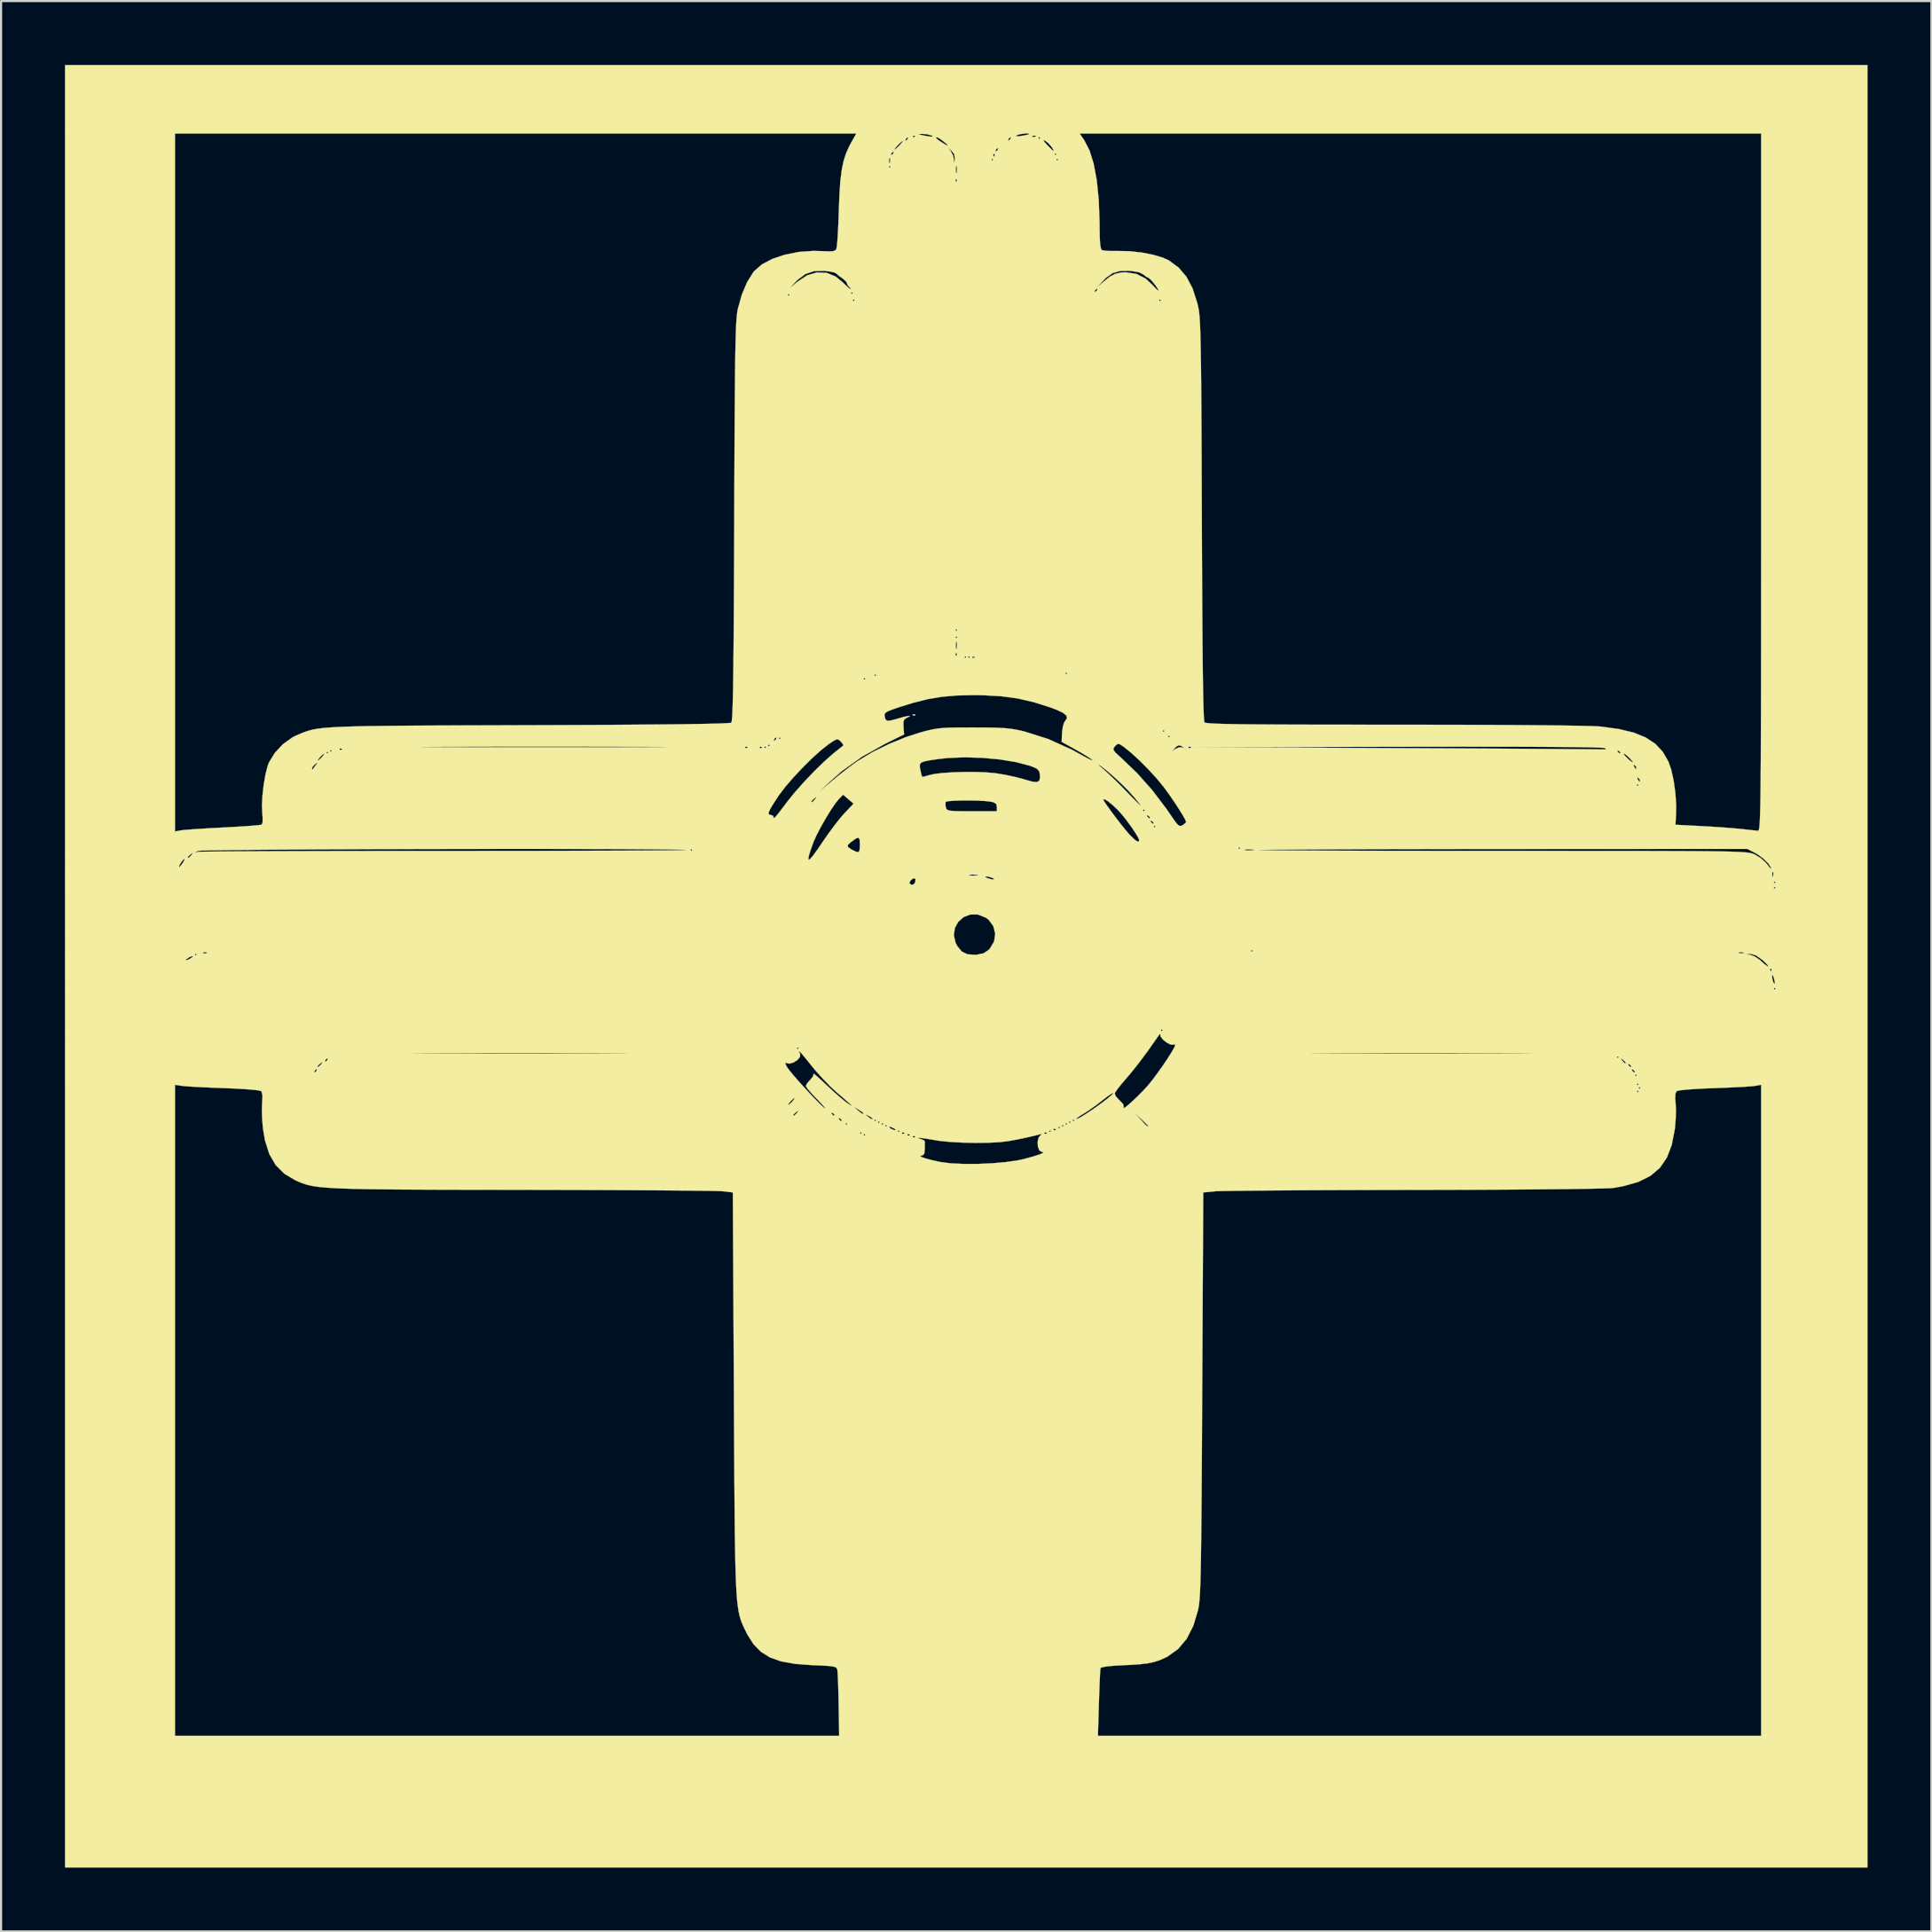
<source format=kicad_pcb>
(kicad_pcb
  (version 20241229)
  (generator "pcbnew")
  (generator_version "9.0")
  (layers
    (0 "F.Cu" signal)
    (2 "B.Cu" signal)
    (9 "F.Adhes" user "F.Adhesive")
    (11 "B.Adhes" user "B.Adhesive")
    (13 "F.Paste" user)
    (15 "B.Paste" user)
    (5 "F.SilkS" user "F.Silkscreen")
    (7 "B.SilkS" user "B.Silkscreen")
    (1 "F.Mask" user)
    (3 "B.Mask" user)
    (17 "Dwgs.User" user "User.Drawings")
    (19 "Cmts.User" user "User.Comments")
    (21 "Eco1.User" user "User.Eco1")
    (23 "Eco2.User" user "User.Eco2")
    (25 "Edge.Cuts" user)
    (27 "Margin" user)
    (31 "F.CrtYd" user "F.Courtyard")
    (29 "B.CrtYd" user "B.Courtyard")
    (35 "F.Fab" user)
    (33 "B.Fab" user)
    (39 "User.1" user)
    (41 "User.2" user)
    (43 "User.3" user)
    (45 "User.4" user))
  (footprint "dczia_png_export"
    (layer "F.Cu")
    (at 42.338 42.338)
    (property "Reference" "dczia_png_export" (at 0 0 0) (layer "F.SilkS") (effects (font (size 1.524 1.524) (thickness 0.3))))
    (attr through_hole)
    (fp_poly (pts (xy -2.399 -11.825) (xy -2.411 -11.775) (xy -2.455 -11.769) (xy -2.525 -11.8) (xy -2.512 -11.825) (xy -2.411 -11.835) (xy -2.399 -11.825)) (stroke (width 0.01) (type solid)) (fill yes) (layer "F.SilkS"))
    (fp_poly (pts (xy 42.333 42.333) (xy -42.333 42.333) (xy -42.333 36.153) (xy -37.169 36.153) (xy -21.569 36.153) (xy -5.969 36.153) (xy -5.969 36.153) (xy 6.186 36.153) (xy 37.338 36.153) (xy 37.338 5.569) (xy 37.063 5.62) (xy 36.893 5.639) (xy 36.586 5.661) (xy 36.173 5.683) (xy 35.686 5.705) (xy 35.156 5.725) (xy 35.137 5.725) (xy 34.619 5.746) (xy 34.157 5.773) (xy 33.778 5.802) (xy 33.51 5.833) (xy 33.381 5.863) (xy 33.377 5.865) (xy 33.315 5.984) (xy 33.304 6.219) (xy 33.323 6.435) (xy 33.338 6.753) (xy 33.327 7.16) (xy 33.293 7.581) (xy 33.282 7.671) (xy 33.141 8.396) (xy 32.912 8.993) (xy 32.582 9.473) (xy 32.14 9.848) (xy 31.572 10.131) (xy 30.866 10.332) (xy 30.395 10.415) (xy 30.229 10.427) (xy 29.905 10.438) (xy 29.432 10.449) (xy 28.821 10.46) (xy 28.084 10.469) (xy 27.229 10.478) (xy 26.269 10.486) (xy 25.214 10.493) (xy 24.073 10.499) (xy 22.858 10.503) (xy 21.58 10.506) (xy 21.04 10.507) (xy 19.821 10.509) (xy 18.641 10.512) (xy 17.513 10.516) (xy 16.449 10.52) (xy 15.46 10.526) (xy 14.559 10.532) (xy 13.758 10.538) (xy 13.068 10.545) (xy 12.503 10.552) (xy 12.073 10.559) (xy 11.792 10.566) (xy 11.684 10.572) (xy 11.134 10.626) (xy 11.084 20.108) (xy 11.076 21.598) (xy 11.069 22.928) (xy 11.061 24.108) (xy 11.054 25.147) (xy 11.046 26.056) (xy 11.038 26.845) (xy 11.029 27.522) (xy 11.02 28.098) (xy 11.01 28.582) (xy 10.998 28.984) (xy 10.985 29.314) (xy 10.971 29.582) (xy 10.955 29.796) (xy 10.937 29.968) (xy 10.917 30.106) (xy 10.895 30.22) (xy 10.894 30.224) (xy 10.669 30.979) (xy 10.355 31.595) (xy 9.946 32.079) (xy 9.437 32.439) (xy 9.095 32.595) (xy 8.823 32.683) (xy 8.524 32.746) (xy 8.153 32.79) (xy 7.67 32.821) (xy 7.464 32.83) (xy 6.963 32.857) (xy 6.594 32.892) (xy 6.372 32.933) (xy 6.307 32.969) (xy 6.296 33.08) (xy 6.281 33.332) (xy 6.265 33.695) (xy 6.248 34.142) (xy 6.233 34.608) (xy 6.186 36.153) (xy -5.969 36.153) (xy -5.993 34.692) (xy -6.003 34.2) (xy -6.016 33.757) (xy -6.03 33.395) (xy -6.045 33.147) (xy -6.055 33.053) (xy -6.08 32.981) (xy -6.138 32.93) (xy -6.255 32.895) (xy -6.458 32.87) (xy -6.776 32.85) (xy -7.234 32.831) (xy -7.259 32.83) (xy -8.047 32.771) (xy -8.693 32.654) (xy -9.218 32.469) (xy -9.644 32.205) (xy -9.99 31.851) (xy -10.278 31.398) (xy -10.326 31.302) (xy -10.406 31.14) (xy -10.478 30.989) (xy -10.542 30.842) (xy -10.598 30.687) (xy -10.648 30.514) (xy -10.691 30.315) (xy -10.728 30.079) (xy -10.761 29.796) (xy -10.788 29.457) (xy -10.811 29.051) (xy -10.83 28.568) (xy -10.846 28) (xy -10.859 27.336) (xy -10.871 26.566) (xy -10.88 25.68) (xy -10.888 24.669) (xy -10.896 23.523) (xy -10.903 22.231) (xy -10.911 20.785) (xy -10.914 20.066) (xy -10.964 10.626) (xy -11.43 10.571) (xy -11.577 10.563) (xy -11.882 10.555) (xy -12.333 10.548) (xy -12.918 10.541) (xy -13.624 10.534) (xy -14.441 10.528) (xy -15.357 10.522) (xy -16.358 10.517) (xy -17.435 10.512) (xy -18.575 10.509) (xy -19.766 10.506) (xy -20.828 10.504) (xy -22.318 10.502) (xy -23.65 10.5) (xy -24.831 10.497) (xy -25.874 10.492) (xy -26.787 10.487) (xy -27.582 10.479) (xy -28.267 10.469) (xy -28.853 10.456) (xy -29.35 10.439) (xy -29.767 10.419) (xy -30.116 10.395) (xy -30.406 10.367) (xy -30.647 10.333) (xy -30.849 10.294) (xy -31.022 10.249) (xy -31.176 10.199) (xy -31.321 10.141) (xy -31.467 10.076) (xy -31.515 10.055) (xy -32.033 9.746) (xy -32.438 9.34) (xy -32.738 8.823) (xy -32.941 8.181) (xy -32.963 8.056) (xy -2.259 8.056) (xy -2.256 8.075) (xy -2.133 8.115) (xy -1.985 8.18) (xy -1.942 8.234) (xy -1.946 8.355) (xy -1.947 8.566) (xy -1.947 8.594) (xy -1.97 8.805) (xy -2.052 8.889) (xy -2.095 8.895) (xy -2.164 8.917) (xy -2.091 8.965) (xy -1.901 9.031) (xy -1.618 9.107) (xy -1.267 9.185) (xy -1.228 9.193) (xy -0.748 9.256) (xy -0.153 9.286) (xy 0.51 9.287) (xy 1.191 9.258) (xy 1.841 9.202) (xy 2.41 9.121) (xy 2.709 9.056) (xy 3.142 8.938) (xy 3.443 8.842) (xy 3.605 8.772) (xy 3.616 8.732) (xy 3.544 8.723) (xy 3.433 8.649) (xy 3.367 8.471) (xy 3.353 8.253) (xy 3.398 8.056) (xy 3.46 7.971) (xy 3.548 7.889) (xy 3.491 7.888) (xy 3.429 7.904) (xy 3.125 7.981) (xy 2.721 8.071) (xy 2.286 8.159) (xy 1.947 8.22) (xy 1.535 8.267) (xy 1.006 8.292) (xy 0.409 8.298) (xy -0.204 8.284) (xy -0.782 8.251) (xy -1.276 8.2) (xy -1.439 8.174) (xy -1.839 8.107) (xy -2.116 8.067) (xy -2.259 8.056) (xy -32.963 8.056) (xy -32.974 7.987) (xy -2.512 7.987) (xy -2.5 8.037) (xy -2.455 8.043) (xy -2.386 8.012) (xy -2.399 7.987) (xy -2.499 7.977) (xy -2.512 7.987) (xy -32.974 7.987) (xy -32.986 7.916) (xy -4.826 7.916) (xy -4.784 7.959) (xy -4.741 7.916) (xy -4.755 7.902) (xy -2.766 7.902) (xy -2.754 7.953) (xy -2.709 7.959) (xy -2.64 7.928) (xy -2.653 7.902) (xy -2.753 7.892) (xy -2.766 7.902) (xy -4.755 7.902) (xy -4.784 7.874) (xy -4.826 7.916) (xy -32.986 7.916) (xy -33.001 7.832) (xy -4.995 7.832) (xy -4.953 7.874) (xy -4.911 7.832) (xy -4.925 7.818) (xy -3.02 7.818) (xy -3.008 7.868) (xy -2.963 7.874) (xy -2.894 7.843) (xy -2.907 7.818) (xy 3.669 7.818) (xy 3.681 7.868) (xy 3.725 7.874) (xy 3.795 7.843) (xy 3.782 7.818) (xy 3.681 7.807) (xy 3.669 7.818) (xy -2.907 7.818) (xy -3.007 7.807) (xy -3.02 7.818) (xy -4.925 7.818) (xy -4.953 7.789) (xy -4.995 7.832) (xy -33.001 7.832) (xy -33.015 7.747) (xy -3.217 7.747) (xy -3.175 7.789) (xy -3.133 7.747) (xy 3.895 7.747) (xy 3.937 7.789) (xy 3.979 7.747) (xy 3.937 7.705) (xy 3.895 7.747) (xy -3.133 7.747) (xy -3.175 7.705) (xy -3.217 7.747) (xy -33.015 7.747) (xy -33.031 7.651) (xy -33.038 7.573) (xy -3.613 7.573) (xy -3.556 7.62) (xy -3.402 7.692) (xy -3.344 7.702) (xy -3.329 7.667) (xy -3.352 7.648) (xy 4.092 7.648) (xy 4.104 7.699) (xy 4.149 7.705) (xy 4.218 7.674) (xy 4.205 7.648) (xy 4.105 7.638) (xy 4.092 7.648) (xy -3.352 7.648) (xy -3.387 7.62) (xy -3.478 7.578) (xy 4.318 7.578) (xy 4.36 7.62) (xy 4.403 7.578) (xy 4.36 7.535) (xy 4.318 7.578) (xy -3.478 7.578) (xy -3.541 7.548) (xy -3.598 7.538) (xy -3.613 7.573) (xy -33.038 7.573) (xy -33.046 7.493) (xy -3.81 7.493) (xy -3.768 7.535) (xy -3.725 7.493) (xy 4.487 7.493) (xy 4.53 7.535) (xy 4.572 7.493) (xy 4.53 7.451) (xy 4.487 7.493) (xy -3.725 7.493) (xy -3.768 7.451) (xy -3.81 7.493) (xy -33.046 7.493) (xy -33.054 7.408) (xy -5.673 7.408) (xy -5.63 7.451) (xy -5.588 7.408) (xy -3.979 7.408) (xy -3.937 7.451) (xy -3.895 7.408) (xy 4.657 7.408) (xy 4.699 7.451) (xy 4.741 7.408) (xy 4.699 7.366) (xy 4.657 7.408) (xy -3.895 7.408) (xy -3.937 7.366) (xy -3.979 7.408) (xy -5.588 7.408) (xy -5.63 7.366) (xy -5.673 7.408) (xy -33.054 7.408) (xy -33.061 7.324) (xy -4.149 7.324) (xy -4.106 7.366) (xy -4.064 7.324) (xy 4.826 7.324) (xy 4.868 7.366) (xy 4.911 7.324) (xy 4.868 7.281) (xy 4.826 7.324) (xy -4.064 7.324) (xy -4.106 7.281) (xy -4.149 7.324) (xy -33.061 7.324) (xy -33.069 7.239) (xy -33.073 7.136) (xy -5.998 7.136) (xy -5.977 7.184) (xy -5.892 7.274) (xy -5.843 7.256) (xy -5.842 7.244) (xy -5.846 7.239) (xy -4.318 7.239) (xy -4.276 7.281) (xy -4.233 7.239) (xy 4.995 7.239) (xy 5.038 7.281) (xy 5.08 7.239) (xy 5.038 7.197) (xy 4.995 7.239) (xy -4.233 7.239) (xy -4.276 7.197) (xy -4.318 7.239) (xy -5.846 7.239) (xy -5.902 7.172) (xy -5.94 7.146) (xy -5.998 7.136) (xy -33.073 7.136) (xy -33.079 6.995) (xy -8.128 6.995) (xy -8.087 7.021) (xy -7.974 6.912) (xy -7.95 6.882) (xy -6.336 6.882) (xy -6.316 6.93) (xy -6.231 7.02) (xy -6.181 7.002) (xy -6.181 6.99) (xy -6.201 6.966) (xy -4.723 6.966) (xy -4.709 6.992) (xy -4.619 7.065) (xy -4.468 7.176) (xy -4.409 7.186) (xy -4.405 7.171) (xy 5.165 7.171) (xy 5.228 7.164) (xy 5.402 7.073) (xy 5.66 6.913) (xy 5.679 6.9) (xy 7.916 6.9) (xy 8.208 7.218) (xy 8.403 7.425) (xy 8.51 7.521) (xy 8.549 7.524) (xy 8.551 7.51) (xy 8.495 7.443) (xy 8.35 7.3) (xy 8.234 7.192) (xy 7.916 6.9) (xy 5.679 6.9) (xy 5.977 6.7) (xy 6.326 6.451) (xy 6.375 6.415) (xy 6.631 6.219) (xy 6.818 6.06) (xy 6.897 5.978) (xy 6.975 5.978) (xy 7.024 6.103) (xy 7.166 6.267) (xy 7.21 6.306) (xy 7.376 6.485) (xy 7.399 6.618) (xy 7.396 6.624) (xy 7.385 6.675) (xy 7.47 6.627) (xy 7.627 6.5) (xy 7.832 6.317) (xy 8.063 6.097) (xy 8.273 5.884) (xy 31.496 5.884) (xy 31.538 5.927) (xy 31.581 5.884) (xy 31.538 5.842) (xy 31.496 5.884) (xy 8.273 5.884) (xy 8.295 5.862) (xy 8.431 5.715) (xy 31.581 5.715) (xy 31.623 5.757) (xy 31.665 5.715) (xy 31.623 5.673) (xy 31.581 5.715) (xy 8.431 5.715) (xy 8.506 5.634) (xy 8.541 5.593) (xy 8.58 5.546) (xy 31.496 5.546) (xy 31.538 5.588) (xy 31.581 5.546) (xy 31.538 5.503) (xy 31.496 5.546) (xy 8.58 5.546) (xy 8.753 5.332) (xy 8.909 5.122) (xy 31.411 5.122) (xy 31.454 5.165) (xy 31.496 5.122) (xy 31.454 5.08) (xy 31.411 5.122) (xy 8.909 5.122) (xy 8.991 5.013) (xy 9.106 4.85) (xy 31.256 4.85) (xy 31.276 4.898) (xy 31.361 4.988) (xy 31.411 4.97) (xy 31.411 4.958) (xy 31.351 4.886) (xy 31.314 4.86) (xy 31.256 4.85) (xy 9.106 4.85) (xy 9.234 4.671) (xy 9.284 4.596) (xy 31.086 4.596) (xy 31.107 4.644) (xy 31.192 4.734) (xy 31.241 4.716) (xy 31.242 4.704) (xy 31.182 4.632) (xy 31.144 4.606) (xy 31.086 4.596) (xy 9.284 4.596) (xy 9.46 4.335) (xy 9.47 4.319) (xy 30.74 4.319) (xy 30.761 4.362) (xy 30.808 4.424) (xy 30.931 4.555) (xy 30.987 4.555) (xy 30.988 4.54) (xy 30.93 4.469) (xy 30.84 4.392) (xy 30.74 4.319) (xy 9.47 4.319) (xy 9.497 4.276) (xy 30.565 4.276) (xy 30.607 4.318) (xy 30.649 4.276) (xy 30.607 4.233) (xy 30.565 4.276) (xy 9.497 4.276) (xy 9.611 4.096) (xy 16.181 4.096) (xy 16.32 4.099) (xy 16.605 4.101) (xy 17.03 4.103) (xy 17.591 4.105) (xy 18.282 4.106) (xy 19.1 4.107) (xy 20.039 4.108) (xy 21.095 4.108) (xy 21.378 4.108) (xy 22.464 4.108) (xy 23.435 4.107) (xy 24.286 4.106) (xy 25.013 4.105) (xy 25.611 4.103) (xy 26.075 4.102) (xy 26.401 4.099) (xy 26.582 4.097) (xy 26.615 4.095) (xy 26.494 4.092) (xy 26.215 4.089) (xy 25.772 4.086) (xy 25.639 4.085) (xy 24.609 4.081) (xy 23.456 4.078) (xy 22.226 4.076) (xy 20.964 4.076) (xy 19.717 4.077) (xy 18.531 4.08) (xy 17.452 4.084) (xy 17.173 4.085) (xy 16.683 4.088) (xy 16.357 4.091) (xy 16.191 4.094) (xy 16.181 4.096) (xy 9.611 4.096) (xy 9.647 4.038) (xy 9.775 3.813) (xy 9.821 3.692) (xy 9.767 3.669) (xy 9.732 3.686) (xy 9.601 3.681) (xy 9.419 3.588) (xy 9.243 3.447) (xy 9.129 3.302) (xy 9.115 3.222) (xy 9.114 3.164) (xy 9.042 3.25) (xy 8.536 3.971) (xy 8.092 4.567) (xy 7.695 5.063) (xy 7.507 5.281) (xy 7.277 5.55) (xy 7.097 5.781) (xy 6.991 5.939) (xy 6.975 5.978) (xy 6.897 5.978) (xy 6.909 5.966) (xy 6.911 5.952) (xy 6.832 5.982) (xy 6.659 6.097) (xy 6.429 6.274) (xy 6.403 6.295) (xy 6.097 6.531) (xy 5.776 6.758) (xy 5.55 6.903) (xy 5.334 7.036) (xy 5.194 7.137) (xy 5.165 7.171) (xy -4.405 7.171) (xy -4.403 7.157) (xy -4.469 7.095) (xy -4.593 7.026) (xy -4.723 6.966) (xy -6.201 6.966) (xy -6.241 6.918) (xy -6.278 6.892) (xy -6.336 6.882) (xy -7.95 6.882) (xy -7.948 6.879) (xy -7.875 6.779) (xy -7.918 6.8) (xy -7.98 6.847) (xy -8.097 6.952) (xy -8.128 6.995) (xy -33.079 6.995) (xy -33.086 6.824) (xy -33.08 6.519) (xy -8.366 6.519) (xy -8.284 6.464) (xy -8.17 6.35) (xy -8.073 6.227) (xy -8.059 6.181) (xy -8.141 6.236) (xy -8.255 6.35) (xy -8.353 6.473) (xy -8.366 6.519) (xy -33.08 6.519) (xy -33.079 6.481) (xy -33.074 6.422) (xy -33.058 6.087) (xy -33.098 5.899) (xy -33.128 5.861) (xy -33.242 5.833) (xy -33.497 5.803) (xy -33.865 5.774) (xy -34.32 5.747) (xy -34.832 5.726) (xy -34.883 5.724) (xy -35.417 5.704) (xy -35.914 5.682) (xy -36.34 5.659) (xy -36.662 5.638) (xy -36.849 5.619) (xy -36.851 5.619) (xy -37.169 5.569) (xy -37.169 36.153) (xy -42.333 36.153) (xy -42.333 4.99) (xy -30.629 4.99) (xy -30.617 4.995) (xy -30.54 4.936) (xy -30.522 4.911) (xy -30.501 4.832) (xy -30.512 4.826) (xy -30.59 4.886) (xy -30.607 4.911) (xy -30.629 4.99) (xy -42.333 4.99) (xy -42.333 4.709) (xy -30.48 4.709) (xy -30.439 4.735) (xy -30.326 4.626) (xy -30.3 4.593) (xy -30.255 4.531) (xy -8.511 4.531) (xy -8.464 4.652) (xy -8.419 4.735) (xy -8.316 4.879) (xy -8.131 5.104) (xy -7.89 5.382) (xy -7.615 5.687) (xy -7.333 5.993) (xy -7.067 6.272) (xy -6.842 6.499) (xy -6.683 6.646) (xy -6.617 6.689) (xy -6.649 6.634) (xy -6.683 6.594) (xy -5.292 6.594) (xy -5.092 6.768) (xy -4.916 6.91) (xy -4.836 6.938) (xy -4.826 6.91) (xy -4.89 6.849) (xy -5.046 6.744) (xy -5.059 6.736) (xy -5.292 6.594) (xy -6.683 6.594) (xy -6.776 6.488) (xy -6.974 6.278) (xy -7.051 6.199) (xy -7.276 5.961) (xy -7.446 5.763) (xy -7.531 5.638) (xy -7.535 5.621) (xy -7.479 5.508) (xy -7.341 5.35) (xy -7.326 5.336) (xy -7.2 5.179) (xy -7.168 5.056) (xy -7.172 5.047) (xy -7.138 5.062) (xy -7.004 5.176) (xy -6.791 5.368) (xy -6.556 5.589) (xy -6.246 5.875) (xy -5.948 6.138) (xy -5.703 6.342) (xy -5.588 6.428) (xy -5.429 6.533) (xy -5.375 6.558) (xy -5.43 6.496) (xy -5.6 6.342) (xy -5.893 6.088) (xy -6.065 5.942) (xy -6.392 5.639) (xy -6.759 5.261) (xy -7.106 4.871) (xy -7.243 4.704) (xy -7.54 4.334) (xy -7.739 4.098) (xy -7.844 3.992) (xy -7.857 4.013) (xy -7.801 4.125) (xy -7.808 4.259) (xy -7.927 4.402) (xy -8.11 4.519) (xy -8.303 4.578) (xy -8.456 4.548) (xy -8.461 4.544) (xy -8.511 4.531) (xy -30.255 4.531) (xy -30.227 4.493) (xy -30.27 4.514) (xy -30.332 4.561) (xy -30.449 4.666) (xy -30.48 4.709) (xy -42.333 4.709) (xy -42.333 4.482) (xy -30.121 4.482) (xy -30.109 4.487) (xy -30.032 4.428) (xy -30.014 4.403) (xy -29.993 4.324) (xy -30.004 4.318) (xy -30.082 4.378) (xy -30.099 4.403) (xy -30.121 4.482) (xy -42.333 4.482) (xy -42.333 4.097) (xy -25.992 4.097) (xy -25.845 4.099) (xy -25.553 4.101) (xy -25.121 4.103) (xy -24.553 4.105) (xy -23.856 4.106) (xy -23.033 4.107) (xy -22.089 4.108) (xy -21.029 4.108) (xy -20.955 4.108) (xy -19.887 4.108) (xy -18.933 4.107) (xy -18.099 4.106) (xy -17.39 4.105) (xy -16.81 4.103) (xy -16.364 4.101) (xy -16.057 4.099) (xy -15.895 4.097) (xy -15.882 4.094) (xy -16.024 4.091) (xy -16.324 4.088) (xy -16.789 4.085) (xy -16.821 4.085) (xy -17.836 4.081) (xy -18.974 4.078) (xy -20.187 4.076) (xy -21.43 4.076) (xy -22.655 4.077) (xy -23.816 4.08) (xy -24.866 4.084) (xy -25.034 4.085) (xy -25.515 4.088) (xy -25.832 4.091) (xy -25.99 4.094) (xy -25.992 4.097) (xy -42.333 4.097) (xy -42.333 3.852) (xy -7.959 3.852) (xy -7.916 3.895) (xy -7.874 3.852) (xy -7.916 3.81) (xy -7.959 3.852) (xy -42.333 3.852) (xy -42.333 3.006) (xy 9.144 3.006) (xy 9.186 3.048) (xy 9.229 3.006) (xy 9.186 2.963) (xy 9.144 3.006) (xy -42.333 3.006) (xy -42.333 1.058) (xy 37.931 1.058) (xy 37.973 1.101) (xy 38.015 1.058) (xy 37.973 1.016) (xy 37.931 1.058) (xy -42.333 1.058) (xy -42.333 0.438) (xy 37.853 0.438) (xy 37.868 0.597) (xy 37.912 0.75) (xy 37.964 0.829) (xy 37.981 0.825) (xy 37.98 0.733) (xy 37.936 0.551) (xy 37.935 0.546) (xy 37.884 0.416) (xy 37.855 0.423) (xy 37.853 0.438) (xy -42.333 0.438) (xy -42.333 0.169) (xy 37.761 0.169) (xy 37.792 0.239) (xy 37.818 0.226) (xy 37.828 0.125) (xy 37.818 0.113) (xy 37.767 0.125) (xy 37.761 0.169) (xy -42.333 0.169) (xy -42.333 -0.29) (xy -36.661 -0.29) (xy -36.598 -0.291) (xy -36.491 -0.339) (xy -36.358 -0.426) (xy -36.322 -0.472) (xy -36.384 -0.471) (xy -36.491 -0.423) (xy -36.624 -0.336) (xy -36.661 -0.29) (xy -42.333 -0.29) (xy -42.333 -0.55) (xy -36.237 -0.55) (xy -36.195 -0.508) (xy -36.153 -0.55) (xy -36.195 -0.593) (xy -36.237 -0.55) (xy -42.333 -0.55) (xy -42.333 -0.613) (xy -35.862 -0.613) (xy -35.779 -0.599) (xy -35.669 -0.615) (xy -35.668 -0.644) (xy -35.781 -0.664) (xy -35.83 -0.651) (xy -35.862 -0.613) (xy -42.333 -0.613) (xy -42.333 -1.456) (xy -0.583 -1.456) (xy -0.496 -1.09) (xy -0.422 -0.95) (xy -0.211 -0.693) (xy 0.055 -0.561) (xy 0.417 -0.537) (xy 0.505 -0.543) (xy 0.626 -0.567) (xy 36.618 -0.567) (xy 36.849 -0.532) (xy 37.053 -0.452) (xy 37.285 -0.292) (xy 37.357 -0.227) (xy 37.53 -0.073) (xy 37.651 0.009) (xy 37.677 0.013) (xy 37.643 -0.054) (xy 37.511 -0.192) (xy 37.387 -0.305) (xy 37.096 -0.509) (xy 36.854 -0.58) (xy 36.837 -0.58) (xy 36.618 -0.567) (xy 0.626 -0.567) (xy 0.808 -0.604) (xy 0.828 -0.618) (xy 36.29 -0.618) (xy 36.407 -0.606) (xy 36.527 -0.619) (xy 36.513 -0.649) (xy 36.339 -0.66) (xy 36.301 -0.649) (xy 36.29 -0.618) (xy 0.828 -0.618) (xy 0.985 -0.72) (xy 13.377 -0.72) (xy 13.42 -0.677) (xy 13.462 -0.72) (xy 13.42 -0.762) (xy 13.377 -0.72) (xy 0.985 -0.72) (xy 1.035 -0.752) (xy 1.119 -0.84) (xy 1.311 -1.168) (xy 1.36 -1.53) (xy 1.273 -1.882) (xy 1.055 -2.179) (xy 0.912 -2.286) (xy 0.543 -2.43) (xy 0.19 -2.429) (xy -0.123 -2.308) (xy -0.372 -2.089) (xy -0.533 -1.797) (xy -0.583 -1.456) (xy -42.333 -1.456) (xy -42.333 -3.683) (xy 37.931 -3.683) (xy 37.973 -3.641) (xy 38.015 -3.683) (xy 37.973 -3.725) (xy 37.931 -3.683) (xy -42.333 -3.683) (xy -42.333 -3.927) (xy -2.668 -3.927) (xy -2.661 -3.885) (xy -2.547 -3.812) (xy -2.431 -3.882) (xy -2.402 -3.937) (xy 37.931 -3.937) (xy 37.973 -3.895) (xy 38.015 -3.937) (xy 37.973 -3.979) (xy 37.931 -3.937) (xy -2.402 -3.937) (xy -2.4 -3.941) (xy -2.382 -4.081) (xy -2.4 -4.122) (xy -2.495 -4.122) (xy -2.607 -4.037) (xy -2.668 -3.927) (xy -42.333 -3.927) (xy -42.333 -4.2) (xy 0.884 -4.2) (xy 0.974 -4.149) (xy 1.171 -4.088) (xy 1.27 -4.076) (xy 1.317 -4.098) (xy 1.228 -4.149) (xy 1.03 -4.209) (xy 0.931 -4.221) (xy 0.884 -4.2) (xy -42.333 -4.2) (xy -42.333 -4.272) (xy 0.108 -4.272) (xy 0.214 -4.259) (xy 0.339 -4.256) (xy 0.522 -4.263) (xy 0.572 -4.28) (xy 0.529 -4.293) (xy 0.282 -4.307) (xy 0.148 -4.293) (xy 0.108 -4.272) (xy -42.333 -4.272) (xy -42.333 -4.318) (xy 37.859 -4.318) (xy 37.873 -4.198) (xy 37.902 -4.212) (xy 37.913 -4.386) (xy 37.902 -4.424) (xy 37.871 -4.434) (xy 37.859 -4.318) (xy -42.333 -4.318) (xy -42.333 -4.697) (xy -36.977 -4.697) (xy -36.97 -4.657) (xy -36.904 -4.719) (xy -36.793 -4.871) (xy -36.789 -4.879) (xy -36.719 -5.005) (xy -7.413 -5.005) (xy -7.344 -5.026) (xy -7.198 -5.193) (xy -6.972 -5.505) (xy -6.845 -5.692) (xy -5.564 -5.692) (xy -5.553 -5.599) (xy -5.397 -5.49) (xy -5.355 -5.467) (xy -5.148 -5.367) (xy -5.041 -5.371) (xy -5.015 -5.457) (xy 13.062 -5.457) (xy 13.168 -5.444) (xy 13.293 -5.442) (xy 13.476 -5.448) (xy 13.508 -5.459) (xy 13.728 -5.459) (xy 13.806 -5.454) (xy 14.044 -5.45) (xy 14.432 -5.445) (xy 14.96 -5.441) (xy 15.619 -5.437) (xy 16.398 -5.433) (xy 17.289 -5.43) (xy 18.281 -5.427) (xy 19.366 -5.424) (xy 20.532 -5.422) (xy 21.771 -5.421) (xy 23.073 -5.419) (xy 24.428 -5.419) (xy 25.19 -5.419) (xy 26.816 -5.419) (xy 28.281 -5.418) (xy 29.595 -5.418) (xy 30.765 -5.417) (xy 31.8 -5.416) (xy 32.709 -5.414) (xy 33.501 -5.411) (xy 34.184 -5.408) (xy 34.767 -5.403) (xy 35.258 -5.397) (xy 35.667 -5.39) (xy 36.002 -5.381) (xy 36.271 -5.371) (xy 36.483 -5.359) (xy 36.647 -5.346) (xy 36.772 -5.33) (xy 36.865 -5.313) (xy 36.937 -5.293) (xy 36.995 -5.271) (xy 37.048 -5.246) (xy 37.057 -5.242) (xy 37.321 -5.079) (xy 37.544 -4.883) (xy 37.597 -4.819) (xy 37.725 -4.656) (xy 37.813 -4.574) (xy 37.82 -4.572) (xy 37.804 -4.631) (xy 37.708 -4.778) (xy 37.656 -4.847) (xy 37.446 -5.057) (xy 37.17 -5.258) (xy 37.066 -5.317) (xy 36.688 -5.512) (xy 25.228 -5.506) (xy 23.849 -5.505) (xy 22.517 -5.503) (xy 21.241 -5.501) (xy 20.032 -5.499) (xy 18.899 -5.496) (xy 17.852 -5.492) (xy 16.9 -5.489) (xy 16.055 -5.485) (xy 15.324 -5.48) (xy 14.719 -5.476) (xy 14.249 -5.471) (xy 13.924 -5.467) (xy 13.753 -5.462) (xy 13.728 -5.459) (xy 13.508 -5.459) (xy 13.526 -5.465) (xy 13.483 -5.478) (xy 13.236 -5.492) (xy 13.102 -5.478) (xy 13.062 -5.457) (xy -5.015 -5.457) (xy -5.001 -5.504) (xy -5 -5.546) (xy 12.785 -5.546) (xy 12.827 -5.503) (xy 12.869 -5.546) (xy 12.827 -5.588) (xy 12.785 -5.546) (xy -5 -5.546) (xy -4.995 -5.718) (xy -5.006 -5.943) (xy -5.056 -6.037) (xy -5.172 -6.007) (xy -5.383 -5.857) (xy -5.44 -5.813) (xy -5.564 -5.692) (xy -6.845 -5.692) (xy -6.731 -5.861) (xy -6.458 -6.253) (xy -6.168 -6.644) (xy -5.898 -6.983) (xy -5.724 -7.181) (xy -5.338 -7.589) (xy -0.98 -7.589) (xy -0.96 -7.465) (xy -0.933 -7.392) (xy -0.88 -7.342) (xy -0.773 -7.309) (xy -0.585 -7.291) (xy -0.288 -7.283) (xy 0.144 -7.281) (xy 0.264 -7.281) (xy 1.439 -7.281) (xy 1.439 -7.482) (xy 1.409 -7.622) (xy 1.289 -7.698) (xy 1.122 -7.735) (xy 0.876 -7.762) (xy 0.547 -7.779) (xy 0.175 -7.787) (xy -0.2 -7.785) (xy -0.539 -7.775) (xy -0.802 -7.757) (xy -0.948 -7.73) (xy -0.965 -7.719) (xy -0.98 -7.589) (xy -5.338 -7.589) (xy -5.294 -7.637) (xy -5.523 -7.834) (xy 6.435 -7.834) (xy 6.484 -7.739) (xy 6.615 -7.544) (xy 6.803 -7.282) (xy 7.025 -6.985) (xy 7.255 -6.686) (xy 7.47 -6.416) (xy 7.646 -6.209) (xy 7.692 -6.16) (xy 7.928 -5.932) (xy 8.072 -5.845) (xy 8.127 -5.897) (xy 8.128 -5.914) (xy 8.078 -6.043) (xy 7.946 -6.266) (xy 7.759 -6.544) (xy 7.746 -6.562) (xy 8.805 -6.562) (xy 8.848 -6.519) (xy 8.89 -6.562) (xy 8.848 -6.604) (xy 8.805 -6.562) (xy 7.746 -6.562) (xy 7.546 -6.834) (xy 8.65 -6.834) (xy 8.67 -6.786) (xy 8.755 -6.696) (xy 8.805 -6.714) (xy 8.805 -6.726) (xy 8.745 -6.798) (xy 8.708 -6.824) (xy 8.65 -6.834) (xy 7.546 -6.834) (xy 7.542 -6.84) (xy 7.345 -7.088) (xy 8.48 -7.088) (xy 8.501 -7.04) (xy 8.586 -6.95) (xy 8.635 -6.968) (xy 8.636 -6.98) (xy 8.576 -7.052) (xy 8.538 -7.078) (xy 8.48 -7.088) (xy 7.345 -7.088) (xy 7.322 -7.116) (xy 7.137 -7.324) (xy 8.297 -7.324) (xy 8.34 -7.281) (xy 8.382 -7.324) (xy 8.34 -7.366) (xy 8.297 -7.324) (xy 7.137 -7.324) (xy 7.126 -7.336) (xy 7.117 -7.346) (xy 6.874 -7.574) (xy 6.661 -7.746) (xy 6.505 -7.843) (xy 6.436 -7.843) (xy 6.435 -7.834) (xy -5.523 -7.834) (xy -5.538 -7.847) (xy -5.782 -8.057) (xy -5.978 -7.86) (xy -6.145 -7.654) (xy -6.358 -7.34) (xy -6.593 -6.959) (xy -6.822 -6.556) (xy -7.022 -6.174) (xy -7.166 -5.857) (xy -7.183 -5.812) (xy -7.33 -5.398) (xy -7.407 -5.129) (xy -7.413 -5.005) (xy -36.719 -5.005) (xy -36.715 -5.013) (xy -36.727 -5.048) (xy -36.736 -5.043) (xy -36.826 -4.953) (xy -36.919 -4.816) (xy -36.977 -4.697) (xy -42.333 -4.697) (xy -42.333 -5.112) (xy -36.576 -5.112) (xy -36.535 -5.087) (xy -36.422 -5.195) (xy -36.396 -5.228) (xy -36.323 -5.328) (xy -36.366 -5.307) (xy -36.428 -5.26) (xy -36.545 -5.156) (xy -36.576 -5.112) (xy -42.333 -5.112) (xy -42.333 -5.329) (xy -36.28 -5.329) (xy -36.068 -5.374) (xy -35.959 -5.379) (xy -35.691 -5.384) (xy -35.273 -5.389) (xy -34.716 -5.394) (xy -34.03 -5.398) (xy -33.225 -5.402) (xy -32.31 -5.406) (xy -31.297 -5.409) (xy -30.194 -5.412) (xy -29.012 -5.414) (xy -27.76 -5.416) (xy -26.45 -5.417) (xy -25.091 -5.418) (xy -24.475 -5.418) (xy -23.102 -5.418) (xy -21.778 -5.419) (xy -20.511 -5.42) (xy -19.311 -5.422) (xy -18.188 -5.425) (xy -17.153 -5.428) (xy -16.214 -5.431) (xy -15.381 -5.434) (xy -14.664 -5.438) (xy -14.073 -5.443) (xy -13.618 -5.447) (xy -13.308 -5.452) (xy -13.153 -5.457) (xy -13.136 -5.46) (xy -13.151 -5.461) (xy -12.954 -5.461) (xy -12.912 -5.419) (xy -12.869 -5.461) (xy -12.912 -5.503) (xy -12.954 -5.461) (xy -13.151 -5.461) (xy -13.228 -5.469) (xy -13.478 -5.477) (xy -13.873 -5.484) (xy -14.401 -5.49) (xy -15.051 -5.495) (xy -15.811 -5.5) (xy -16.668 -5.504) (xy -17.611 -5.506) (xy -18.628 -5.508) (xy -19.706 -5.51) (xy -20.835 -5.51) (xy -22.001 -5.51) (xy -23.193 -5.509) (xy -24.399 -5.507) (xy -25.607 -5.505) (xy -26.806 -5.501) (xy -27.982 -5.498) (xy -29.125 -5.493) (xy -30.222 -5.489) (xy -31.261 -5.483) (xy -32.23 -5.477) (xy -33.118 -5.471) (xy -33.913 -5.463) (xy -34.602 -5.456) (xy -35.173 -5.448) (xy -35.615 -5.439) (xy -35.916 -5.431) (xy -36.063 -5.421) (xy -36.075 -5.419) (xy -36.28 -5.329) (xy -42.333 -5.329) (xy -42.333 -39.116) (xy -37.169 -39.116) (xy -37.169 -6.331) (xy -36.894 -6.381) (xy -36.726 -6.401) (xy -36.42 -6.426) (xy -36.006 -6.454) (xy -35.515 -6.484) (xy -34.978 -6.513) (xy -34.898 -6.517) (xy -34.373 -6.545) (xy -33.904 -6.574) (xy -33.518 -6.603) (xy -33.242 -6.628) (xy -33.103 -6.649) (xy -33.094 -6.653) (xy -33.052 -6.766) (xy -33.051 -7.003) (xy -33.065 -7.148) (xy -33.068 -7.217) (xy -9.283 -7.217) (xy -9.277 -7.137) (xy -9.207 -7.112) (xy -9.195 -7.112) (xy -9.077 -7.069) (xy -9.059 -7.027) (xy -9.05 -6.967) (xy -9.013 -6.968) (xy -8.932 -7.048) (xy -8.79 -7.222) (xy -8.572 -7.509) (xy -8.442 -7.684) (xy -8.38 -7.761) (xy -7.265 -7.761) (xy -7.264 -7.706) (xy -7.249 -7.705) (xy -7.179 -7.763) (xy -7.101 -7.853) (xy -7.028 -7.953) (xy -7.072 -7.932) (xy -7.133 -7.885) (xy -7.265 -7.761) (xy -8.38 -7.761) (xy -8.079 -8.137) (xy -8.022 -8.201) (xy -6.9 -8.201) (xy -6.262 -8.742) (xy -5.909 -9.031) (xy -5.525 -9.329) (xy -5.484 -9.359) (xy -2.179 -9.359) (xy -2.159 -9.242) (xy -2.114 -9.032) (xy -2.077 -8.91) (xy -2.071 -8.901) (xy -1.98 -8.907) (xy -1.796 -8.96) (xy -1.761 -8.972) (xy -1.506 -9.03) (xy -1.123 -9.076) (xy -0.65 -9.108) (xy -0.129 -9.125) (xy 0.401 -9.126) (xy 0.9 -9.109) (xy 1.327 -9.073) (xy 1.383 -9.066) (xy 1.822 -8.994) (xy 2.29 -8.894) (xy 2.694 -8.788) (xy 2.737 -8.774) (xy 3.092 -8.674) (xy 3.315 -8.65) (xy 3.432 -8.713) (xy 3.467 -8.87) (xy 3.456 -9.04) (xy 3.416 -9.182) (xy 3.31 -9.285) (xy 3.098 -9.379) (xy 2.969 -9.424) (xy 2.783 -9.472) (xy 6.206 -9.472) (xy 6.274 -9.401) (xy 6.435 -9.262) (xy 6.655 -9.067) (xy 6.947 -8.79) (xy 7.269 -8.472) (xy 7.493 -8.243) (xy 7.762 -7.966) (xy 7.986 -7.74) (xy 8.14 -7.589) (xy 8.199 -7.538) (xy 8.165 -7.596) (xy 8.046 -7.749) (xy 7.869 -7.964) (xy 7.613 -8.247) (xy 7.29 -8.569) (xy 6.941 -8.895) (xy 6.608 -9.184) (xy 6.331 -9.4) (xy 6.254 -9.452) (xy 6.206 -9.472) (xy 2.783 -9.472) (xy 2.328 -9.591) (xy 1.575 -9.714) (xy 0.759 -9.79) (xy -0.068 -9.814) (xy -0.856 -9.783) (xy -1.312 -9.733) (xy -1.712 -9.674) (xy -1.972 -9.622) (xy -2.118 -9.563) (xy -2.178 -9.481) (xy -2.179 -9.359) (xy -5.484 -9.359) (xy -5.18 -9.583) (xy -5.087 -9.647) (xy -4.417 -10.051) (xy -3.643 -10.433) (xy -2.833 -10.763) (xy -2.154 -10.983) (xy -1.85 -11.065) (xy -1.587 -11.125) (xy -1.331 -11.167) (xy -1.047 -11.194) (xy -0.699 -11.209) (xy -0.252 -11.215) (xy 0.327 -11.216) (xy 0.339 -11.216) (xy 0.945 -11.214) (xy 1.418 -11.204) (xy 1.791 -11.185) (xy 2.099 -11.154) (xy 2.378 -11.108) (xy 2.663 -11.045) (xy 2.735 -11.027) (xy 3.855 -10.673) (xy 4.95 -10.178) (xy 5.364 -9.953) (xy 5.642 -9.8) (xy 5.842 -9.699) (xy 5.939 -9.664) (xy 5.938 -9.678) (xy 5.829 -9.762) (xy 5.609 -9.902) (xy 5.318 -10.075) (xy 5.175 -10.156) (xy 6.919 -10.156) (xy 7.006 -10.041) (xy 7.199 -9.86) (xy 7.254 -9.811) (xy 8.032 -9.066) (xy 8.732 -8.279) (xy 9.4 -7.398) (xy 9.64 -7.049) (xy 9.826 -6.782) (xy 9.951 -6.635) (xy 10.044 -6.585) (xy 10.134 -6.608) (xy 10.163 -6.625) (xy 10.293 -6.725) (xy 10.329 -6.778) (xy 10.283 -6.893) (xy 10.159 -7.113) (xy 9.978 -7.405) (xy 9.761 -7.736) (xy 9.529 -8.073) (xy 9.302 -8.385) (xy 9.261 -8.439) (xy 9.204 -8.509) (xy 31.496 -8.509) (xy 31.538 -8.467) (xy 31.581 -8.509) (xy 31.538 -8.551) (xy 31.496 -8.509) (xy 9.204 -8.509) (xy 8.935 -8.835) (xy 8.892 -8.881) (xy 31.52 -8.881) (xy 31.538 -8.797) (xy 31.544 -8.781) (xy 31.611 -8.677) (xy 31.649 -8.676) (xy 31.639 -8.766) (xy 31.591 -8.828) (xy 31.52 -8.881) (xy 8.892 -8.881) (xy 8.542 -9.262) (xy 8.331 -9.474) (xy 31.351 -9.474) (xy 31.368 -9.389) (xy 31.374 -9.373) (xy 31.442 -9.27) (xy 31.48 -9.269) (xy 31.47 -9.358) (xy 31.422 -9.421) (xy 31.351 -9.474) (xy 8.331 -9.474) (xy 8.126 -9.679) (xy 7.785 -9.991) (xy 30.884 -9.991) (xy 30.897 -9.944) (xy 30.995 -9.834) (xy 31.13 -9.706) (xy 31.256 -9.603) (xy 31.32 -9.57) (xy 31.294 -9.621) (xy 31.183 -9.752) (xy 31.157 -9.779) (xy 31.003 -9.922) (xy 30.891 -9.99) (xy 30.884 -9.991) (xy 7.785 -9.991) (xy 7.728 -10.043) (xy 7.668 -10.091) (xy 9.67 -10.091) (xy 9.725 -10.136) (xy 30.578 -10.136) (xy 30.599 -10.088) (xy 30.684 -9.998) (xy 30.733 -10.016) (xy 30.734 -10.028) (xy 30.674 -10.1) (xy 30.636 -10.126) (xy 30.578 -10.136) (xy 9.725 -10.136) (xy 9.78 -10.18) (xy 9.788 -10.186) (xy 9.988 -10.284) (xy 10.127 -10.283) (xy 10.238 -10.251) (xy 10.205 -10.284) (xy 10.178 -10.301) (xy 10.442 -10.301) (xy 10.454 -10.251) (xy 10.499 -10.245) (xy 10.568 -10.276) (xy 10.562 -10.288) (xy 10.71 -10.288) (xy 20.362 -10.245) (xy 21.626 -10.239) (xy 22.842 -10.233) (xy 23.999 -10.227) (xy 25.088 -10.221) (xy 26.096 -10.215) (xy 27.014 -10.209) (xy 27.831 -10.204) (xy 28.536 -10.198) (xy 29.119 -10.193) (xy 29.568 -10.189) (xy 29.874 -10.185) (xy 30.026 -10.182) (xy 30.04 -10.181) (xy 30.032 -10.215) (xy 30.014 -10.245) (xy 29.92 -10.259) (xy 29.658 -10.272) (xy 29.228 -10.283) (xy 28.632 -10.293) (xy 27.871 -10.3) (xy 26.945 -10.306) (xy 25.856 -10.31) (xy 24.605 -10.312) (xy 23.192 -10.313) (xy 21.619 -10.311) (xy 20.336 -10.309) (xy 10.71 -10.288) (xy 10.562 -10.288) (xy 10.555 -10.301) (xy 10.455 -10.311) (xy 10.442 -10.301) (xy 10.178 -10.301) (xy 10.129 -10.332) (xy 9.997 -10.382) (xy 9.871 -10.317) (xy 9.791 -10.236) (xy 9.673 -10.106) (xy 9.67 -10.091) (xy 7.668 -10.091) (xy 7.396 -10.308) (xy 7.22 -10.425) (xy 7.118 -10.445) (xy 7.025 -10.373) (xy 6.99 -10.335) (xy 6.92 -10.242) (xy 6.919 -10.156) (xy 5.175 -10.156) (xy 5.167 -10.16) (xy 4.483 -10.541) (xy 4.494 -10.795) (xy 9.483 -10.795) (xy 9.525 -10.753) (xy 9.567 -10.795) (xy 9.525 -10.837) (xy 9.483 -10.795) (xy 4.494 -10.795) (xy 4.502 -10.964) (xy 4.512 -11.049) (xy 9.229 -11.049) (xy 9.271 -11.007) (xy 9.313 -11.049) (xy 9.271 -11.091) (xy 9.229 -11.049) (xy 4.512 -11.049) (xy 4.535 -11.235) (xy 4.597 -11.443) (xy 4.635 -11.504) (xy 4.729 -11.645) (xy 4.705 -11.775) (xy 4.549 -11.904) (xy 4.248 -12.046) (xy 3.936 -12.163) (xy 3.155 -12.409) (xy 2.411 -12.579) (xy 1.644 -12.683) (xy 0.797 -12.73) (xy 0.381 -12.735) (xy -0.425 -12.719) (xy -1.129 -12.66) (xy -1.796 -12.548) (xy -2.49 -12.374) (xy -3.099 -12.186) (xy -3.456 -12.065) (xy -3.679 -11.977) (xy -3.797 -11.903) (xy -3.838 -11.826) (xy -3.831 -11.726) (xy -3.83 -11.723) (xy -3.792 -11.593) (xy -3.717 -11.532) (xy -3.569 -11.538) (xy -3.311 -11.604) (xy -3.183 -11.643) (xy -2.916 -11.716) (xy -2.729 -11.755) (xy -2.644 -11.757) (xy -2.686 -11.72) (xy -2.778 -11.68) (xy -2.902 -11.604) (xy -2.951 -11.474) (xy -2.947 -11.245) (xy -2.921 -10.888) (xy -3.81 -10.449) (xy -4.896 -9.842) (xy -5.851 -9.158) (xy -6.392 -8.683) (xy -6.9 -8.201) (xy -8.022 -8.201) (xy -7.638 -8.636) (xy -7.161 -9.138) (xy -6.687 -9.601) (xy -6.258 -9.982) (xy -6.138 -10.079) (xy -5.94 -10.236) (xy -5.804 -10.344) (xy -5.771 -10.372) (xy -5.802 -10.445) (xy -5.898 -10.558) (xy -5.991 -10.641) (xy -6.081 -10.658) (xy -6.211 -10.599) (xy -6.428 -10.454) (xy -6.477 -10.42) (xy -6.834 -10.138) (xy -7.253 -9.759) (xy -7.696 -9.319) (xy -8.126 -8.86) (xy -8.506 -8.418) (xy -8.798 -8.033) (xy -8.825 -7.994) (xy -9.065 -7.625) (xy -9.215 -7.373) (xy -9.283 -7.217) (xy -33.068 -7.217) (xy -33.083 -7.533) (xy -33.06 -8.007) (xy -33.003 -8.513) (xy -32.921 -8.996) (xy -32.847 -9.289) (xy -30.734 -9.289) (xy -30.717 -9.229) (xy -30.71 -9.236) (xy -30.647 -9.324) (xy -30.562 -9.44) (xy -30.482 -9.555) (xy -30.512 -9.55) (xy -30.586 -9.493) (xy -30.705 -9.364) (xy -30.734 -9.289) (xy -32.847 -9.289) (xy -32.819 -9.398) (xy -32.758 -9.564) (xy -32.705 -9.652) (xy -30.464 -9.652) (xy -30.382 -9.708) (xy -30.268 -9.821) (xy -30.171 -9.944) (xy -30.157 -9.991) (xy -30.239 -9.935) (xy -30.353 -9.821) (xy -30.451 -9.699) (xy -30.464 -9.652) (xy -32.705 -9.652) (xy -32.481 -10.02) (xy -32.469 -10.033) (xy -30.057 -10.033) (xy -30.014 -9.991) (xy -29.972 -10.033) (xy -30.014 -10.075) (xy -30.057 -10.033) (xy -32.469 -10.033) (xy -32.389 -10.118) (xy -29.887 -10.118) (xy -29.845 -10.075) (xy -29.803 -10.118) (xy -29.845 -10.16) (xy -29.887 -10.118) (xy -32.389 -10.118) (xy -32.297 -10.216) (xy -29.436 -10.216) (xy -29.424 -10.166) (xy -29.379 -10.16) (xy -29.31 -10.191) (xy -29.323 -10.216) (xy -29.423 -10.227) (xy -29.436 -10.216) (xy -32.297 -10.216) (xy -32.22 -10.297) (xy -25.637 -10.297) (xy -25.525 -10.295) (xy -25.267 -10.293) (xy -24.867 -10.291) (xy -24.33 -10.29) (xy -23.66 -10.288) (xy -22.862 -10.287) (xy -21.94 -10.286) (xy -20.898 -10.286) (xy -19.854 -10.286) (xy -18.708 -10.286) (xy -17.676 -10.286) (xy -16.762 -10.287) (xy -15.973 -10.288) (xy -15.311 -10.29) (xy -14.782 -10.291) (xy -14.391 -10.293) (xy -14.142 -10.295) (xy -14.039 -10.298) (xy -14.088 -10.3) (xy -14.159 -10.301) (xy -10.386 -10.301) (xy -10.374 -10.251) (xy -10.329 -10.245) (xy -10.26 -10.276) (xy -10.273 -10.301) (xy -9.708 -10.301) (xy -9.697 -10.251) (xy -9.652 -10.245) (xy -9.582 -10.276) (xy -9.588 -10.287) (xy -9.483 -10.287) (xy -9.44 -10.245) (xy -9.398 -10.287) (xy -9.44 -10.329) (xy -9.483 -10.287) (xy -9.588 -10.287) (xy -9.596 -10.301) (xy -9.696 -10.311) (xy -9.708 -10.301) (xy -10.273 -10.301) (xy -10.373 -10.311) (xy -10.386 -10.301) (xy -14.159 -10.301) (xy -14.293 -10.303) (xy -14.658 -10.306) (xy -15.128 -10.308) (xy -16.21 -10.312) (xy -17.418 -10.315) (xy -18.708 -10.317) (xy -20.036 -10.317) (xy -21.358 -10.317) (xy -22.631 -10.315) (xy -23.81 -10.311) (xy -24.526 -10.308) (xy -25.046 -10.305) (xy -25.402 -10.303) (xy -25.597 -10.3) (xy -25.637 -10.297) (xy -32.22 -10.297) (xy -32.151 -10.372) (xy -9.313 -10.372) (xy -9.271 -10.329) (xy -9.229 -10.372) (xy -9.271 -10.414) (xy -9.313 -10.372) (xy -32.151 -10.372) (xy -32.091 -10.435) (xy -31.876 -10.589) (xy -9.039 -10.589) (xy -9.027 -10.583) (xy -8.95 -10.643) (xy -8.932 -10.668) (xy -8.921 -10.71) (xy -8.805 -10.71) (xy -8.763 -10.668) (xy -8.721 -10.71) (xy -8.763 -10.753) (xy -8.805 -10.71) (xy -8.921 -10.71) (xy -8.911 -10.747) (xy -8.922 -10.753) (xy -9 -10.693) (xy -9.017 -10.668) (xy -9.039 -10.589) (xy -31.876 -10.589) (xy -31.642 -10.756) (xy -31.474 -10.839) (xy -31.315 -10.907) (xy -31.168 -10.969) (xy -31.024 -11.023) (xy -30.872 -11.071) (xy -30.703 -11.114) (xy -30.506 -11.15) (xy -30.272 -11.182) (xy -29.99 -11.208) (xy -29.651 -11.231) (xy -29.244 -11.25) (xy -28.76 -11.265) (xy -28.189 -11.278) (xy -27.521 -11.288) (xy -26.746 -11.296) (xy -25.853 -11.303) (xy -24.833 -11.308) (xy -23.677 -11.313) (xy -22.373 -11.317) (xy -20.912 -11.322) (xy -20.536 -11.323) (xy -18.833 -11.329) (xy -17.3 -11.336) (xy -15.935 -11.345) (xy -14.738 -11.354) (xy -13.71 -11.364) (xy -12.848 -11.376) (xy -12.155 -11.388) (xy -11.628 -11.401) (xy -11.267 -11.416) (xy -11.073 -11.431) (xy -11.037 -11.44) (xy -11.019 -11.489) (xy -11.004 -11.608) (xy -10.989 -11.808) (xy -10.977 -12.094) (xy -10.965 -12.475) (xy -10.954 -12.959) (xy -10.946 -13.504) (xy -4.826 -13.504) (xy -4.784 -13.462) (xy -4.741 -13.504) (xy -4.784 -13.547) (xy -4.826 -13.504) (xy -10.946 -13.504) (xy -10.945 -13.553) (xy -10.943 -13.674) (xy -4.318 -13.674) (xy -4.276 -13.631) (xy -4.233 -13.674) (xy -4.276 -13.716) (xy -4.318 -13.674) (xy -10.943 -13.674) (xy -10.942 -13.758) (xy 4.657 -13.758) (xy 4.699 -13.716) (xy 4.741 -13.758) (xy 4.699 -13.801) (xy 4.657 -13.758) (xy -10.942 -13.758) (xy -10.936 -14.264) (xy -10.934 -14.52) (xy -0.085 -14.52) (xy -0.042 -14.478) (xy 0 -14.52) (xy 0.085 -14.52) (xy 0.127 -14.478) (xy 0.169 -14.52) (xy 0.155 -14.534) (xy 0.282 -14.534) (xy 0.294 -14.484) (xy 0.339 -14.478) (xy 0.408 -14.509) (xy 0.395 -14.534) (xy 0.295 -14.545) (xy 0.282 -14.534) (xy 0.155 -14.534) (xy 0.127 -14.563) (xy 0.085 -14.52) (xy 0 -14.52) (xy -0.042 -14.563) (xy -0.085 -14.52) (xy -10.934 -14.52) (xy -10.932 -14.647) (xy -0.508 -14.647) (xy -0.477 -14.578) (xy -0.452 -14.591) (xy -0.441 -14.691) (xy -0.452 -14.704) (xy -0.502 -14.692) (xy -0.508 -14.647) (xy -10.932 -14.647) (xy -10.928 -15.071) (xy -0.488 -15.071) (xy -0.48 -14.917) (xy -0.458 -14.898) (xy -0.45 -14.922) (xy -0.436 -15.137) (xy -0.45 -15.219) (xy -0.474 -15.245) (xy -0.488 -15.128) (xy -0.488 -15.071) (xy -10.928 -15.071) (xy -10.928 -15.102) (xy -10.925 -15.452) (xy -0.508 -15.452) (xy -0.466 -15.409) (xy -0.423 -15.452) (xy -0.466 -15.494) (xy -0.508 -15.452) (xy -10.925 -15.452) (xy -10.923 -15.79) (xy -0.508 -15.79) (xy -0.466 -15.748) (xy -0.423 -15.79) (xy -0.466 -15.833) (xy -0.508 -15.79) (xy -10.923 -15.79) (xy -10.921 -16.072) (xy -10.914 -17.184) (xy -10.908 -18.445) (xy -10.902 -19.862) (xy -10.898 -20.898) (xy -10.893 -22.38) (xy -10.887 -23.702) (xy -10.882 -24.874) (xy -10.876 -25.906) (xy -10.869 -26.808) (xy -10.863 -27.589) (xy -10.855 -28.259) (xy -10.846 -28.828) (xy -10.836 -29.306) (xy -10.825 -29.702) (xy -10.813 -30.026) (xy -10.799 -30.287) (xy -10.783 -30.496) (xy -10.765 -30.663) (xy -10.745 -30.796) (xy -10.727 -30.89) (xy -10.615 -31.284) (xy -5.334 -31.284) (xy -5.292 -31.242) (xy -5.249 -31.284) (xy 9.059 -31.284) (xy 9.102 -31.242) (xy 9.144 -31.284) (xy 9.102 -31.327) (xy 9.059 -31.284) (xy -5.249 -31.284) (xy -5.292 -31.327) (xy -5.334 -31.284) (xy -10.615 -31.284) (xy -10.543 -31.538) (xy -8.382 -31.538) (xy -8.34 -31.496) (xy -8.297 -31.538) (xy -8.34 -31.581) (xy -8.382 -31.538) (xy -10.543 -31.538) (xy -10.537 -31.557) (xy -10.51 -31.623) (xy -5.419 -31.623) (xy -5.376 -31.581) (xy -5.334 -31.623) (xy -5.376 -31.665) (xy -5.419 -31.623) (xy -10.51 -31.623) (xy -10.489 -31.671) (xy 6.032 -31.671) (xy 6.044 -31.665) (xy 6.121 -31.725) (xy 6.138 -31.75) (xy 6.16 -31.829) (xy 6.148 -31.835) (xy 6.071 -31.775) (xy 6.054 -31.75) (xy 6.032 -31.671) (xy -10.489 -31.671) (xy -10.396 -31.892) (xy -8.247 -31.892) (xy -8.186 -31.936) (xy -8.007 -32.088) (xy -7.93 -32.153) (xy -7.476 -32.453) (xy -7.012 -32.593) (xy -6.556 -32.574) (xy -6.126 -32.395) (xy -5.811 -32.135) (xy -5.62 -31.949) (xy -5.476 -31.834) (xy -5.419 -31.814) (xy -5.442 -31.876) (xy -5.444 -31.877) (xy 6.139 -31.877) (xy 6.435 -32.142) (xy 6.74 -32.39) (xy 7.005 -32.53) (xy 7.29 -32.589) (xy 7.496 -32.597) (xy 7.993 -32.524) (xy 8.428 -32.301) (xy 8.74 -32.01) (xy 8.933 -31.804) (xy 9.031 -31.727) (xy 9.028 -31.775) (xy 8.916 -31.947) (xy 8.846 -32.041) (xy 8.693 -32.223) (xy 8.576 -32.33) (xy 8.547 -32.343) (xy 8.44 -32.396) (xy 8.334 -32.488) (xy 8.122 -32.596) (xy 7.753 -32.659) (xy 7.664 -32.666) (xy 7.223 -32.659) (xy 6.878 -32.559) (xy 6.572 -32.343) (xy 6.393 -32.16) (xy 6.139 -31.877) (xy -5.444 -31.877) (xy -5.482 -31.896) (xy -5.58 -32.002) (xy -5.588 -32.051) (xy -5.654 -32.175) (xy -5.812 -32.312) (xy -5.821 -32.318) (xy -6 -32.445) (xy -6.109 -32.545) (xy -6.11 -32.546) (xy -6.22 -32.595) (xy -6.444 -32.639) (xy -6.671 -32.664) (xy -7.151 -32.65) (xy -7.551 -32.517) (xy -7.919 -32.245) (xy -8.051 -32.112) (xy -8.199 -31.951) (xy -8.247 -31.892) (xy -10.396 -31.892) (xy -10.29 -32.142) (xy -10.001 -32.603) (xy -9.957 -32.657) (xy -9.6 -32.966) (xy -9.112 -33.225) (xy -8.524 -33.424) (xy -7.87 -33.553) (xy -7.181 -33.603) (xy -6.791 -33.593) (xy -6.458 -33.578) (xy -6.255 -33.59) (xy -6.145 -33.635) (xy -6.102 -33.689) (xy -6.078 -33.813) (xy -6.053 -34.077) (xy -6.028 -34.454) (xy -6.005 -34.915) (xy -5.987 -35.43) (xy -5.986 -35.475) (xy -5.957 -36.241) (xy -5.915 -36.866) (xy -5.909 -36.915) (xy -0.508 -36.915) (xy -0.477 -36.845) (xy -0.452 -36.858) (xy -0.441 -36.959) (xy -0.452 -36.971) (xy -0.502 -36.959) (xy -0.508 -36.915) (xy -5.909 -36.915) (xy -5.853 -37.376) (xy -5.843 -37.423) (xy -0.488 -37.423) (xy -0.48 -37.269) (xy -0.458 -37.25) (xy -0.45 -37.275) (xy -0.436 -37.489) (xy -0.45 -37.571) (xy -0.474 -37.597) (xy -0.488 -37.48) (xy -0.488 -37.423) (xy -5.843 -37.423) (xy -5.818 -37.55) (xy -3.641 -37.55) (xy -3.598 -37.507) (xy -3.556 -37.55) (xy -3.598 -37.592) (xy -3.641 -37.55) (xy -5.818 -37.55) (xy -5.767 -37.801) (xy -5.753 -37.846) (xy -3.627 -37.846) (xy -3.614 -37.726) (xy -3.585 -37.74) (xy -3.573 -37.914) (xy -3.585 -37.952) (xy -3.615 -37.962) (xy -3.627 -37.846) (xy -5.753 -37.846) (xy -5.672 -38.106) (xy -3.535 -38.106) (xy -3.524 -38.1) (xy -3.446 -38.16) (xy -3.429 -38.185) (xy -3.407 -38.264) (xy -3.419 -38.269) (xy -3.496 -38.21) (xy -3.514 -38.185) (xy -3.535 -38.106) (xy -5.672 -38.106) (xy -5.652 -38.168) (xy -5.569 -38.356) (xy -3.378 -38.356) (xy -3.374 -38.354) (xy -3.293 -38.409) (xy -3.282 -38.42) (xy -0.83 -38.42) (xy -0.74 -38.308) (xy -0.738 -38.305) (xy -0.621 -38.091) (xy -0.581 -37.924) (xy -0.57 -37.719) (xy -0.538 -37.888) (xy 1.185 -37.888) (xy 1.228 -37.846) (xy 1.27 -37.888) (xy 4.233 -37.888) (xy 4.276 -37.846) (xy 4.318 -37.888) (xy 4.276 -37.931) (xy 4.233 -37.888) (xy 1.27 -37.888) (xy 1.228 -37.931) (xy 1.185 -37.888) (xy -0.538 -37.888) (xy -0.531 -37.921) (xy -0.559 -38.1) (xy 1.27 -38.1) (xy 1.301 -38.03) (xy 1.326 -38.044) (xy 1.336 -38.142) (xy 4.149 -38.142) (xy 4.191 -38.1) (xy 4.233 -38.142) (xy 4.191 -38.185) (xy 4.149 -38.142) (xy 1.336 -38.142) (xy 1.337 -38.144) (xy 1.326 -38.156) (xy 1.276 -38.145) (xy 1.27 -38.1) (xy -0.559 -38.1) (xy -0.567 -38.151) (xy -0.666 -38.275) (xy 1.375 -38.275) (xy 1.387 -38.269) (xy 1.464 -38.329) (xy 1.482 -38.354) (xy 1.503 -38.433) (xy 1.492 -38.439) (xy 1.414 -38.379) (xy 1.397 -38.354) (xy 1.375 -38.275) (xy -0.666 -38.275) (xy -0.688 -38.302) (xy -0.816 -38.418) (xy -0.83 -38.42) (xy -3.282 -38.42) (xy -3.152 -38.545) (xy -3.133 -38.566) (xy -3.012 -38.706) (xy -2.972 -38.776) (xy -2.976 -38.777) (xy -3.057 -38.722) (xy -3.198 -38.586) (xy -3.217 -38.566) (xy -3.338 -38.426) (xy -3.378 -38.356) (xy -5.569 -38.356) (xy -5.504 -38.504) (xy -5.414 -38.672) (xy -5.351 -38.783) (xy -2.858 -38.783) (xy -2.846 -38.777) (xy -2.769 -38.837) (xy -2.752 -38.862) (xy -2.736 -38.919) (xy -1.429 -38.919) (xy -1.335 -38.829) (xy -1.122 -38.685) (xy -0.921 -38.564) (xy -0.854 -38.544) (xy -0.922 -38.621) (xy -1.058 -38.738) (xy -1.12 -38.783) (xy 1.968 -38.783) (xy 1.98 -38.777) (xy 2.016 -38.806) (xy 3.624 -38.806) (xy 3.683 -38.711) (xy 3.805 -38.576) (xy 4.011 -38.367) (xy 4.111 -38.284) (xy 4.108 -38.326) (xy 4.012 -38.484) (xy 3.848 -38.675) (xy 3.692 -38.791) (xy 3.624 -38.806) (xy 2.016 -38.806) (xy 2.057 -38.837) (xy 2.074 -38.862) (xy 2.086 -38.904) (xy 3.387 -38.904) (xy 3.429 -38.862) (xy 3.471 -38.904) (xy 3.429 -38.947) (xy 3.387 -38.904) (xy 2.086 -38.904) (xy 2.096 -38.941) (xy 2.084 -38.947) (xy 2.007 -38.887) (xy 1.99 -38.862) (xy 1.968 -38.783) (xy -1.12 -38.783) (xy -1.241 -38.872) (xy -1.373 -38.943) (xy -1.39 -38.946) (xy -1.429 -38.919) (xy -2.736 -38.919) (xy -2.73 -38.941) (xy -2.742 -38.947) (xy -2.819 -38.887) (xy -2.836 -38.862) (xy -2.858 -38.783) (xy -5.351 -38.783) (xy -5.227 -39.003) (xy -2.512 -39.003) (xy -2.5 -38.953) (xy -2.455 -38.947) (xy -2.386 -38.978) (xy -2.399 -39.003) (xy -2.499 -39.013) (xy -2.512 -39.003) (xy -5.227 -39.003) (xy -5.184 -39.079) (xy -2.239 -39.079) (xy -2.089 -39.043) (xy -2.032 -39.031) (xy -1.75 -38.979) (xy -1.593 -38.966) (xy -1.593 -38.967) (xy 3.085 -38.967) (xy 3.168 -38.953) (xy 3.278 -38.969) (xy 3.279 -38.998) (xy 3.166 -39.018) (xy 3.117 -39.005) (xy 3.085 -38.967) (xy -1.593 -38.967) (xy -1.578 -38.988) (xy 2.342 -38.988) (xy 2.472 -38.988) (xy 2.582 -39.003) (xy 2.804 -39.043) (xy 2.941 -39.078) (xy 2.956 -39.086) (xy 2.934 -39.115) (xy 2.893 -39.116) (xy 5.328 -39.116) (xy 5.545 -38.798) (xy 5.792 -38.321) (xy 5.988 -37.689) (xy 6.133 -36.909) (xy 6.226 -35.988) (xy 6.264 -34.934) (xy 6.265 -34.709) (xy 6.272 -34.223) (xy 6.294 -33.892) (xy 6.332 -33.701) (xy 6.37 -33.642) (xy 6.502 -33.614) (xy 6.751 -33.598) (xy 7.068 -33.598) (xy 7.111 -33.599) (xy 7.666 -33.589) (xy 8.239 -33.526) (xy 8.781 -33.421) (xy 9.242 -33.283) (xy 9.516 -33.157) (xy 9.978 -32.817) (xy 10.346 -32.385) (xy 10.633 -31.84) (xy 10.852 -31.16) (xy 10.898 -30.966) (xy 10.92 -30.854) (xy 10.94 -30.716) (xy 10.957 -30.544) (xy 10.972 -30.326) (xy 10.986 -30.053) (xy 10.998 -29.717) (xy 11.009 -29.305) (xy 11.018 -28.811) (xy 11.027 -28.222) (xy 11.034 -27.531) (xy 11.041 -26.726) (xy 11.047 -25.799) (xy 11.053 -24.74) (xy 11.058 -23.538) (xy 11.063 -22.185) (xy 11.067 -20.959) (xy 11.074 -19.315) (xy 11.081 -17.837) (xy 11.089 -16.522) (xy 11.097 -15.366) (xy 11.107 -14.367) (xy 11.117 -13.52) (xy 11.129 -12.824) (xy 11.141 -12.273) (xy 11.155 -11.866) (xy 11.169 -11.599) (xy 11.185 -11.468) (xy 11.19 -11.455) (xy 11.234 -11.437) (xy 11.338 -11.421) (xy 11.51 -11.406) (xy 11.76 -11.394) (xy 12.096 -11.383) (xy 12.527 -11.374) (xy 13.06 -11.366) (xy 13.705 -11.36) (xy 14.469 -11.355) (xy 15.362 -11.351) (xy 16.392 -11.348) (xy 17.567 -11.347) (xy 18.897 -11.346) (xy 20.11 -11.345) (xy 21.606 -11.344) (xy 23.002 -11.342) (xy 24.29 -11.338) (xy 25.463 -11.332) (xy 26.515 -11.324) (xy 27.438 -11.315) (xy 28.224 -11.305) (xy 28.867 -11.294) (xy 29.359 -11.281) (xy 29.694 -11.267) (xy 29.815 -11.258) (xy 30.659 -11.142) (xy 31.355 -10.975) (xy 31.919 -10.746) (xy 32.369 -10.448) (xy 32.719 -10.074) (xy 32.985 -9.613) (xy 32.986 -9.61) (xy 33.121 -9.219) (xy 33.231 -8.715) (xy 33.31 -8.154) (xy 33.348 -7.593) (xy 33.345 -7.197) (xy 33.316 -6.646) (xy 34.544 -6.582) (xy 35.05 -6.553) (xy 35.557 -6.519) (xy 36.013 -6.484) (xy 36.363 -6.452) (xy 36.407 -6.447) (xy 36.736 -6.411) (xy 37.012 -6.381) (xy 37.18 -6.364) (xy 37.19 -6.363) (xy 37.208 -6.367) (xy 37.224 -6.389) (xy 37.239 -6.433) (xy 37.252 -6.509) (xy 37.264 -6.622) (xy 37.275 -6.78) (xy 37.285 -6.989) (xy 37.294 -7.257) (xy 37.302 -7.591) (xy 37.309 -7.997) (xy 37.314 -8.483) (xy 37.319 -9.055) (xy 37.324 -9.721) (xy 37.327 -10.488) (xy 37.33 -11.362) (xy 37.333 -12.35) (xy 37.334 -13.461) (xy 37.336 -14.699) (xy 37.337 -16.073) (xy 37.337 -17.59) (xy 37.338 -19.256) (xy 37.338 -21.079) (xy 37.338 -22.733) (xy 37.338 -39.116) (xy 5.328 -39.116) (xy 2.893 -39.116) (xy 2.805 -39.118) (xy 2.627 -39.1) (xy 2.458 -39.066) (xy 2.371 -39.032) (xy 2.342 -38.988) (xy -1.578 -38.988) (xy -1.575 -38.992) (xy -1.651 -39.031) (xy -1.862 -39.084) (xy -2.074 -39.099) (xy -2.232 -39.093) (xy -2.239 -39.079) (xy -5.184 -39.079) (xy -5.163 -39.116) (xy -37.169 -39.116) (xy -42.333 -39.116) (xy -42.333 -42.333) (xy 42.333 -42.333) (xy 42.333 42.333)) (stroke (width 0.01) (type solid)) (fill yes) (layer "F.SilkS")))
  (gr_rect
    (start -3 -3)
    (end 87.677 87.677)
    (stroke (width 0.1) (type default))
    (fill no)
    (layer "Edge.Cuts")))
</source>
